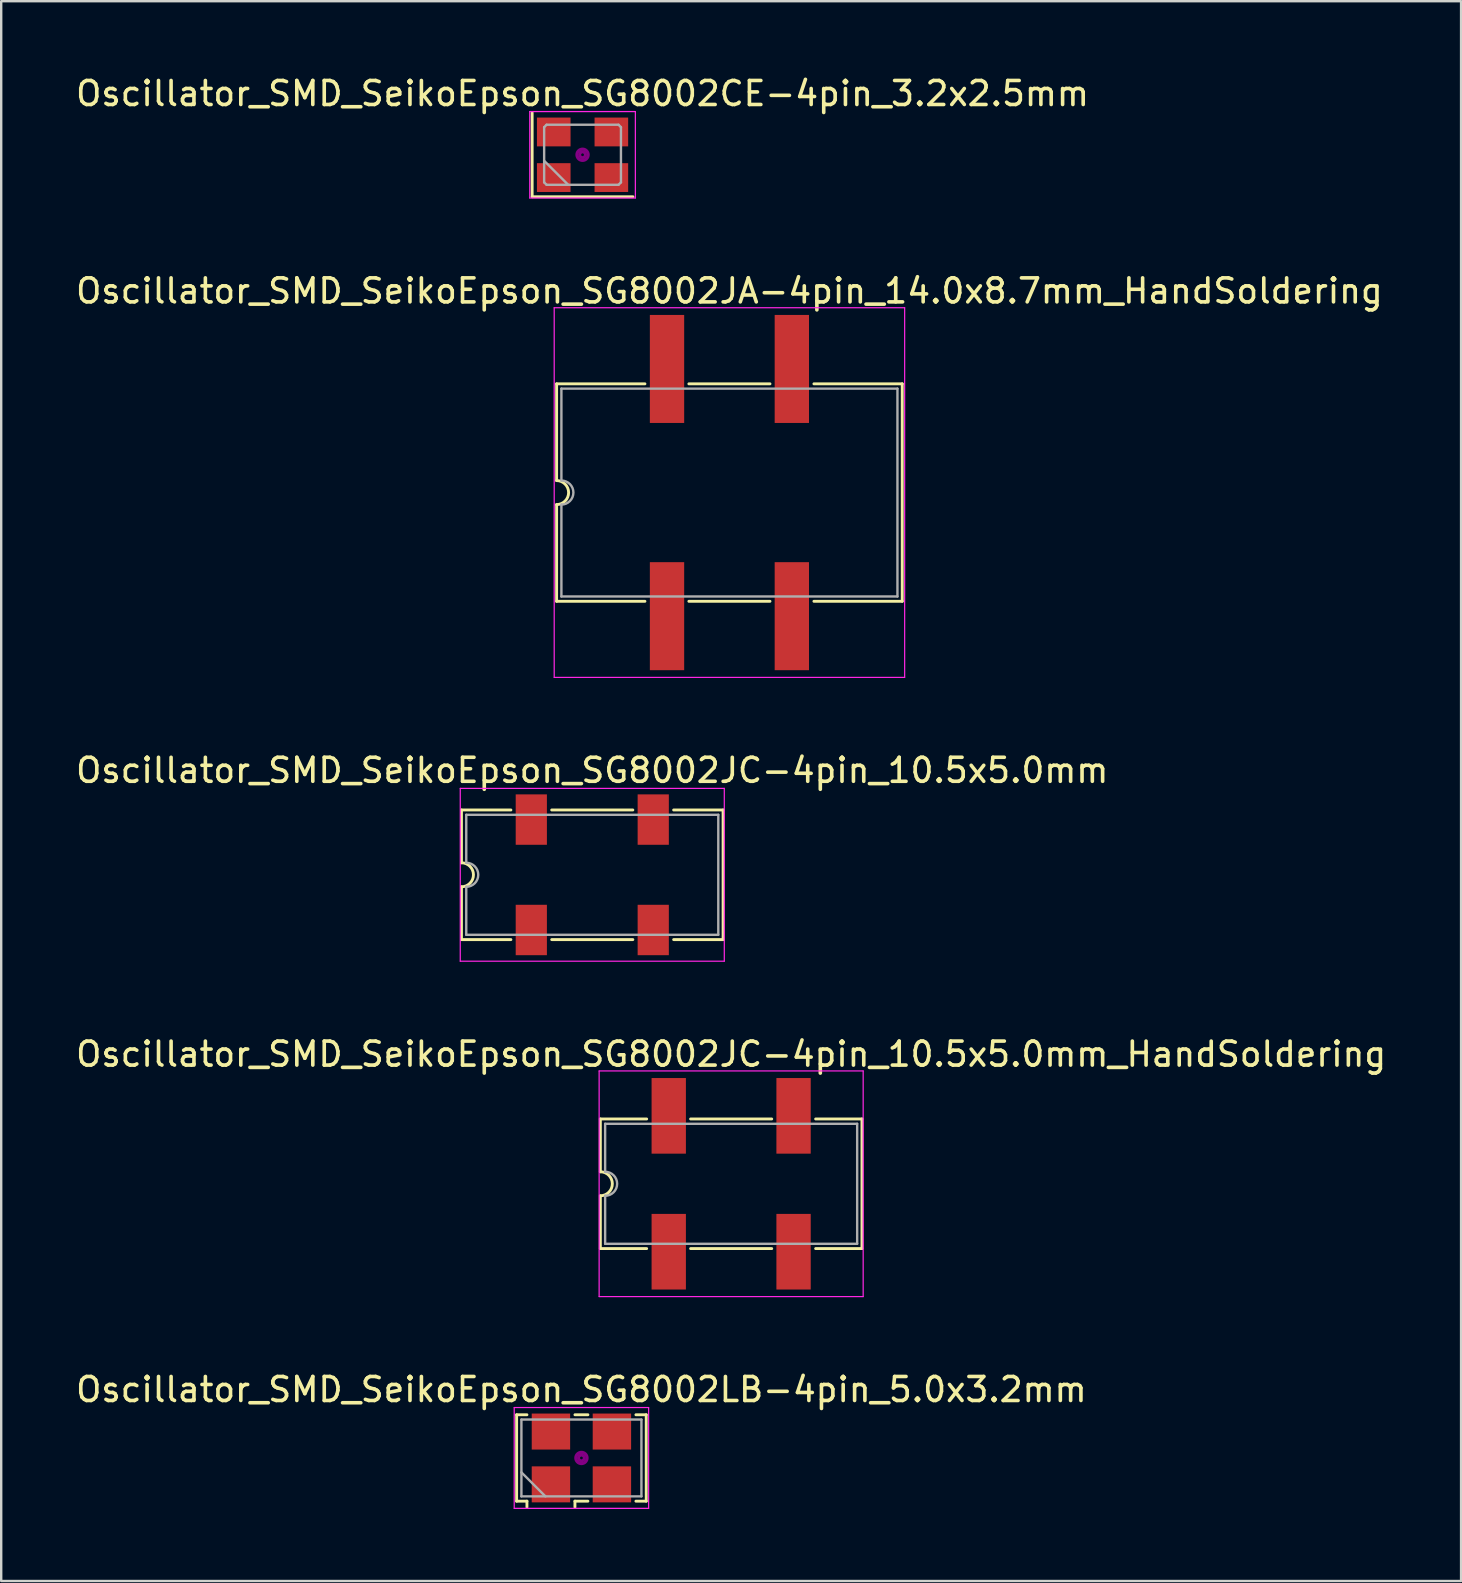
<source format=kicad_pcb>
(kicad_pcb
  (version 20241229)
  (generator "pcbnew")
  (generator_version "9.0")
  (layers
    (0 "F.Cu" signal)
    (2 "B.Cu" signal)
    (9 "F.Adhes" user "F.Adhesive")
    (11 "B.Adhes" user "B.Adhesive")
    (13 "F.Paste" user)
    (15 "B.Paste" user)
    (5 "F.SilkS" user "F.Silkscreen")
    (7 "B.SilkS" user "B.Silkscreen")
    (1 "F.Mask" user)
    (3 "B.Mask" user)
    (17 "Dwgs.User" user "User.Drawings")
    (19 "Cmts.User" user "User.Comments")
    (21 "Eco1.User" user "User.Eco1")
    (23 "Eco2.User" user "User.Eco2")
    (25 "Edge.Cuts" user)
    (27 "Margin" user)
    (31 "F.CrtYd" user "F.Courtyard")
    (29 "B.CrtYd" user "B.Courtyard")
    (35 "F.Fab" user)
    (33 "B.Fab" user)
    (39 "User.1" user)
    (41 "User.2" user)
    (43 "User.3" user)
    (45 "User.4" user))
  (footprint "Oscillator_SMD_SeikoEpson_SG8002JA-4pin_14.0x8.7mm_HandSoldering"
    (layer "F.Cu")
    (at 27.339 17.471)
    (property "Reference" "Oscillator_SMD_SeikoEpson_SG8002JA-4pin_14.0x8.7mm_HandSoldering" (at 0 -8.4 0) (layer "F.SilkS") (effects (font (size 1 1) (thickness 0.15))))
    (attr smd)
    (fp_line (start -7.2 -4.53) (end -3.52 -4.53) (stroke (width 0.12) (type solid)) (layer "F.SilkS"))
    (fp_line (start -7.2 -0.5) (end -7.2 -4.53) (stroke (width 0.12) (type solid)) (layer "F.SilkS"))
    (fp_line (start -7.2 4.53) (end -7.2 0.5) (stroke (width 0.12) (type solid)) (layer "F.SilkS"))
    (fp_line (start -7.2 4.53) (end -3.52 4.53) (stroke (width 0.12) (type solid)) (layer "F.SilkS"))
    (fp_line (start -1.69 -4.53) (end 1.69 -4.53) (stroke (width 0.12) (type solid)) (layer "F.SilkS"))
    (fp_line (start 1.69 4.53) (end -1.69 4.53) (stroke (width 0.12) (type solid)) (layer "F.SilkS"))
    (fp_line (start 3.52 -4.53) (end 7.2 -4.53) (stroke (width 0.12) (type solid)) (layer "F.SilkS"))
    (fp_line (start 7.2 -4.53) (end 7.2 4.53) (stroke (width 0.12) (type solid)) (layer "F.SilkS"))
    (fp_line (start 7.2 4.53) (end 3.52 4.53) (stroke (width 0.12) (type solid)) (layer "F.SilkS"))
    (fp_arc (start -7.2 -0.5) (mid -6.7 0) (end -7.2 0.5) (stroke (width 0.12) (type solid)) (layer "F.SilkS"))
    (fp_line (start -7.3 -7.7) (end -7.3 7.7) (stroke (width 0.05) (type solid)) (layer "F.CrtYd"))
    (fp_line (start -7.3 7.7) (end 7.3 7.7) (stroke (width 0.05) (type solid)) (layer "F.CrtYd"))
    (fp_line (start 7.3 -7.7) (end -7.3 -7.7) (stroke (width 0.05) (type solid)) (layer "F.CrtYd"))
    (fp_line (start 7.3 7.7) (end 7.3 -7.7) (stroke (width 0.05) (type solid)) (layer "F.CrtYd"))
    (fp_line (start -7 -4.33) (end 7 -4.33) (stroke (width 0.1) (type solid)) (layer "F.Fab"))
    (fp_line (start -7 -0.5) (end -7 -4.33) (stroke (width 0.1) (type solid)) (layer "F.Fab"))
    (fp_line (start -7 4.33) (end -7 0.5) (stroke (width 0.1) (type solid)) (layer "F.Fab"))
    (fp_line (start 7 -4.33) (end 7 4.33) (stroke (width 0.1) (type solid)) (layer "F.Fab"))
    (fp_line (start 7 4.33) (end -7 4.33) (stroke (width 0.1) (type solid)) (layer "F.Fab"))
    (fp_arc (start -7 -0.5) (mid -6.5 0) (end -7 0.5) (stroke (width 0.1) (type solid)) (layer "F.Fab"))
    (pad "1" smd rect (at -2.6 5.15) (size 1.43 4.5) (layers "F.Cu" "F.Mask"))
    (pad "2" smd rect (at 2.6 5.15) (size 1.43 4.5) (layers "F.Cu" "F.Mask"))
    (pad "3" smd rect (at 2.6 -5.15) (size 1.43 4.5) (layers "F.Cu" "F.Mask"))
    (pad "4" smd rect (at -2.6 -5.15) (size 1.43 4.5) (layers "F.Cu" "F.Mask")))
  (footprint "Oscillator_SMD_SeikoEpson_SG8002CE-4pin_3.2x2.5mm"
    (layer "F.Cu")
    (at 21.22 3.398)
    (property "Reference" "Oscillator_SMD_SeikoEpson_SG8002CE-4pin_3.2x2.5mm" (at 0 -2.55 0) (layer "F.SilkS") (effects (font (size 1 1) (thickness 0.15))))
    (attr smd)
    (fp_line (start -2.1 -1.75) (end -2.1 1.75) (stroke (width 0.12) (type solid)) (layer "F.SilkS"))
    (fp_line (start -2.1 1.75) (end 2.1 1.75) (stroke (width 0.12) (type solid)) (layer "F.SilkS"))
    (fp_circle (center 0 0) (end 0.058 0) (stroke (width 0.117) (type solid)) (fill no) (layer "F.Adhes"))
    (fp_circle (center 0 0) (end 0.133 0) (stroke (width 0.083) (type solid)) (fill no) (layer "F.Adhes"))
    (fp_circle (center 0 0) (end 0.208 0) (stroke (width 0.083) (type solid)) (fill no) (layer "F.Adhes"))
    (fp_circle (center 0 0) (end 0.25 0) (stroke (width 0.1) (type solid)) (fill no) (layer "F.Adhes"))
    (fp_line (start -2.2 -1.8) (end -2.2 1.8) (stroke (width 0.05) (type solid)) (layer "F.CrtYd"))
    (fp_line (start -2.2 1.8) (end 2.2 1.8) (stroke (width 0.05) (type solid)) (layer "F.CrtYd"))
    (fp_line (start 2.2 -1.8) (end -2.2 -1.8) (stroke (width 0.05) (type solid)) (layer "F.CrtYd"))
    (fp_line (start 2.2 1.8) (end 2.2 -1.8) (stroke (width 0.05) (type solid)) (layer "F.CrtYd"))
    (fp_line (start -1.6 -1.15) (end -1.5 -1.25) (stroke (width 0.1) (type solid)) (layer "F.Fab"))
    (fp_line (start -1.6 0.25) (end -0.6 1.25) (stroke (width 0.1) (type solid)) (layer "F.Fab"))
    (fp_line (start -1.6 1.15) (end -1.6 -1.15) (stroke (width 0.1) (type solid)) (layer "F.Fab"))
    (fp_line (start -1.5 -1.25) (end 1.5 -1.25) (stroke (width 0.1) (type solid)) (layer "F.Fab"))
    (fp_line (start -1.5 1.25) (end -1.6 1.15) (stroke (width 0.1) (type solid)) (layer "F.Fab"))
    (fp_line (start 1.5 -1.25) (end 1.6 -1.15) (stroke (width 0.1) (type solid)) (layer "F.Fab"))
    (fp_line (start 1.5 1.25) (end -1.5 1.25) (stroke (width 0.1) (type solid)) (layer "F.Fab"))
    (fp_line (start 1.6 -1.15) (end 1.6 1.15) (stroke (width 0.1) (type solid)) (layer "F.Fab"))
    (fp_line (start 1.6 1.15) (end 1.5 1.25) (stroke (width 0.1) (type solid)) (layer "F.Fab"))
    (pad "1" smd rect (at -1.2 0.95) (size 1.4 1.2) (layers "F.Cu" "F.Mask"))
    (pad "2" smd rect (at 1.2 0.95) (size 1.4 1.2) (layers "F.Cu" "F.Mask"))
    (pad "3" smd rect (at 1.2 -0.95) (size 1.4 1.2) (layers "F.Cu" "F.Mask"))
    (pad "4" smd rect (at -1.2 -0.95) (size 1.4 1.2) (layers "F.Cu" "F.Mask")))
  (footprint "Oscillator_SMD_SeikoEpson_SG8002LB-4pin_5.0x3.2mm"
    (layer "F.Cu")
    (at 21.173 57.691)
    (property "Reference" "Oscillator_SMD_SeikoEpson_SG8002LB-4pin_5.0x3.2mm" (at 0 -2.85 0) (layer "F.SilkS") (effects (font (size 1 1) (thickness 0.15))))
    (attr smd)
    (fp_line (start -2.7 -1.8) (end -2.27 -1.8) (stroke (width 0.12) (type solid)) (layer "F.SilkS"))
    (fp_line (start -2.7 1.8) (end -2.7 -1.8) (stroke (width 0.12) (type solid)) (layer "F.SilkS"))
    (fp_line (start -2.27 1.8) (end -2.7 1.8) (stroke (width 0.12) (type solid)) (layer "F.SilkS"))
    (fp_line (start -2.27 2.05) (end -2.27 1.8) (stroke (width 0.12) (type solid)) (layer "F.SilkS"))
    (fp_line (start -0.27 -1.8) (end 0.27 -1.8) (stroke (width 0.12) (type solid)) (layer "F.SilkS"))
    (fp_line (start -0.27 1.8) (end -0.27 2.05) (stroke (width 0.12) (type solid)) (layer "F.SilkS"))
    (fp_line (start 0.27 1.8) (end -0.27 1.8) (stroke (width 0.12) (type solid)) (layer "F.SilkS"))
    (fp_line (start 2.27 -1.8) (end 2.7 -1.8) (stroke (width 0.12) (type solid)) (layer "F.SilkS"))
    (fp_line (start 2.7 -1.8) (end 2.7 1.8) (stroke (width 0.12) (type solid)) (layer "F.SilkS"))
    (fp_line (start 2.7 1.8) (end 2.27 1.8) (stroke (width 0.12) (type solid)) (layer "F.SilkS"))
    (fp_circle (center 0 0) (end 0.058 0) (stroke (width 0.117) (type solid)) (fill no) (layer "F.Adhes"))
    (fp_circle (center 0 0) (end 0.133 0) (stroke (width 0.083) (type solid)) (fill no) (layer "F.Adhes"))
    (fp_circle (center 0 0) (end 0.208 0) (stroke (width 0.083) (type solid)) (fill no) (layer "F.Adhes"))
    (fp_circle (center 0 0) (end 0.25 0) (stroke (width 0.1) (type solid)) (fill no) (layer "F.Adhes"))
    (fp_line (start -2.8 -2.1) (end -2.8 2.1) (stroke (width 0.05) (type solid)) (layer "F.CrtYd"))
    (fp_line (start -2.8 2.1) (end 2.8 2.1) (stroke (width 0.05) (type solid)) (layer "F.CrtYd"))
    (fp_line (start 2.8 -2.1) (end -2.8 -2.1) (stroke (width 0.05) (type solid)) (layer "F.CrtYd"))
    (fp_line (start 2.8 2.1) (end 2.8 -2.1) (stroke (width 0.05) (type solid)) (layer "F.CrtYd"))
    (fp_line (start -2.5 -1.6) (end -2.5 1.6) (stroke (width 0.1) (type solid)) (layer "F.Fab"))
    (fp_line (start -2.5 0.6) (end -1.5 1.6) (stroke (width 0.1) (type solid)) (layer "F.Fab"))
    (fp_line (start -2.5 1.6) (end 2.5 1.6) (stroke (width 0.1) (type solid)) (layer "F.Fab"))
    (fp_line (start 2.5 -1.6) (end -2.5 -1.6) (stroke (width 0.1) (type solid)) (layer "F.Fab"))
    (fp_line (start 2.5 1.6) (end 2.5 -1.6) (stroke (width 0.1) (type solid)) (layer "F.Fab"))
    (pad "1" smd rect (at -1.27 1.1) (size 1.6 1.5) (layers "F.Cu" "F.Mask"))
    (pad "2" smd rect (at 1.27 1.1) (size 1.6 1.5) (layers "F.Cu" "F.Mask"))
    (pad "3" smd rect (at 1.27 -1.1) (size 1.6 1.5) (layers "F.Cu" "F.Mask"))
    (pad "4" smd rect (at -1.27 -1.1) (size 1.6 1.5) (layers "F.Cu" "F.Mask")))
  (footprint "Oscillator_SMD_SeikoEpson_SG8002JC-4pin_10.5x5.0mm"
    (layer "F.Cu")
    (at 21.625 33.395)
    (property "Reference" "Oscillator_SMD_SeikoEpson_SG8002JC-4pin_10.5x5.0mm" (at 0 -4.35 0) (layer "F.SilkS") (effects (font (size 1 1) (thickness 0.15))))
    (attr smd)
    (fp_line (start -5.45 -2.7) (end -3.39 -2.7) (stroke (width 0.12) (type solid)) (layer "F.SilkS"))
    (fp_line (start -5.45 -0.5) (end -5.45 -2.7) (stroke (width 0.12) (type solid)) (layer "F.SilkS"))
    (fp_line (start -5.45 2.7) (end -5.45 0.5) (stroke (width 0.12) (type solid)) (layer "F.SilkS"))
    (fp_line (start -5.45 2.7) (end -3.39 2.7) (stroke (width 0.12) (type solid)) (layer "F.SilkS"))
    (fp_line (start -1.69 -2.7) (end 1.69 -2.7) (stroke (width 0.12) (type solid)) (layer "F.SilkS"))
    (fp_line (start 1.69 2.7) (end -1.69 2.7) (stroke (width 0.12) (type solid)) (layer "F.SilkS"))
    (fp_line (start 3.39 -2.7) (end 5.45 -2.7) (stroke (width 0.12) (type solid)) (layer "F.SilkS"))
    (fp_line (start 5.45 -2.7) (end 5.45 2.7) (stroke (width 0.12) (type solid)) (layer "F.SilkS"))
    (fp_line (start 5.45 2.7) (end 3.39 2.7) (stroke (width 0.12) (type solid)) (layer "F.SilkS"))
    (fp_arc (start -5.45 -0.5) (mid -4.95 0) (end -5.45 0.5) (stroke (width 0.12) (type solid)) (layer "F.SilkS"))
    (fp_line (start -5.5 -3.6) (end -5.5 3.6) (stroke (width 0.05) (type solid)) (layer "F.CrtYd"))
    (fp_line (start -5.5 3.6) (end 5.5 3.6) (stroke (width 0.05) (type solid)) (layer "F.CrtYd"))
    (fp_line (start 5.5 -3.6) (end -5.5 -3.6) (stroke (width 0.05) (type solid)) (layer "F.CrtYd"))
    (fp_line (start 5.5 3.6) (end 5.5 -3.6) (stroke (width 0.05) (type solid)) (layer "F.CrtYd"))
    (fp_line (start -5.25 -2.5) (end 5.25 -2.5) (stroke (width 0.1) (type solid)) (layer "F.Fab"))
    (fp_line (start -5.25 -0.5) (end -5.25 -2.5) (stroke (width 0.1) (type solid)) (layer "F.Fab"))
    (fp_line (start -5.25 2.5) (end -5.25 0.5) (stroke (width 0.1) (type solid)) (layer "F.Fab"))
    (fp_line (start 5.25 -2.5) (end 5.25 2.5) (stroke (width 0.1) (type solid)) (layer "F.Fab"))
    (fp_line (start 5.25 2.5) (end -5.25 2.5) (stroke (width 0.1) (type solid)) (layer "F.Fab"))
    (fp_arc (start -5.25 -0.5) (mid -4.75 0) (end -5.25 0.5) (stroke (width 0.1) (type solid)) (layer "F.Fab"))
    (pad "1" smd rect (at -2.54 2.3) (size 1.3 2.1) (layers "F.Cu" "F.Mask"))
    (pad "2" smd rect (at 2.54 2.3) (size 1.3 2.1) (layers "F.Cu" "F.Mask"))
    (pad "3" smd rect (at 2.54 -2.3) (size 1.3 2.1) (layers "F.Cu" "F.Mask"))
    (pad "4" smd rect (at -2.54 -2.3) (size 1.3 2.1) (layers "F.Cu" "F.Mask")))
  (footprint "Oscillator_SMD_SeikoEpson_SG8002JC-4pin_10.5x5.0mm_HandSoldering"
    (layer "F.Cu")
    (at 27.411 46.268)
    (property "Reference" "Oscillator_SMD_SeikoEpson_SG8002JC-4pin_10.5x5.0mm_HandSoldering" (at 0 -5.4 0) (layer "F.SilkS") (effects (font (size 1 1) (thickness 0.15))))
    (attr smd)
    (fp_line (start -5.45 -2.7) (end -3.52 -2.7) (stroke (width 0.12) (type solid)) (layer "F.SilkS"))
    (fp_line (start -5.45 -0.5) (end -5.45 -2.7) (stroke (width 0.12) (type solid)) (layer "F.SilkS"))
    (fp_line (start -5.45 2.7) (end -5.45 0.5) (stroke (width 0.12) (type solid)) (layer "F.SilkS"))
    (fp_line (start -5.45 2.7) (end -3.52 2.7) (stroke (width 0.12) (type solid)) (layer "F.SilkS"))
    (fp_line (start -1.69 -2.7) (end 1.69 -2.7) (stroke (width 0.12) (type solid)) (layer "F.SilkS"))
    (fp_line (start 1.69 2.7) (end -1.69 2.7) (stroke (width 0.12) (type solid)) (layer "F.SilkS"))
    (fp_line (start 3.52 -2.7) (end 5.45 -2.7) (stroke (width 0.12) (type solid)) (layer "F.SilkS"))
    (fp_line (start 5.45 -2.7) (end 5.45 2.7) (stroke (width 0.12) (type solid)) (layer "F.SilkS"))
    (fp_line (start 5.45 2.7) (end 3.52 2.7) (stroke (width 0.12) (type solid)) (layer "F.SilkS"))
    (fp_arc (start -5.45 -0.5) (mid -4.95 0) (end -5.45 0.5) (stroke (width 0.12) (type solid)) (layer "F.SilkS"))
    (fp_line (start -5.5 -4.7) (end -5.5 4.7) (stroke (width 0.05) (type solid)) (layer "F.CrtYd"))
    (fp_line (start -5.5 4.7) (end 5.5 4.7) (stroke (width 0.05) (type solid)) (layer "F.CrtYd"))
    (fp_line (start 5.5 -4.7) (end -5.5 -4.7) (stroke (width 0.05) (type solid)) (layer "F.CrtYd"))
    (fp_line (start 5.5 4.7) (end 5.5 -4.7) (stroke (width 0.05) (type solid)) (layer "F.CrtYd"))
    (fp_line (start -5.25 -2.5) (end 5.25 -2.5) (stroke (width 0.1) (type solid)) (layer "F.Fab"))
    (fp_line (start -5.25 -0.5) (end -5.25 -2.5) (stroke (width 0.1) (type solid)) (layer "F.Fab"))
    (fp_line (start -5.25 2.5) (end -5.25 0.5) (stroke (width 0.1) (type solid)) (layer "F.Fab"))
    (fp_line (start 5.25 -2.5) (end 5.25 2.5) (stroke (width 0.1) (type solid)) (layer "F.Fab"))
    (fp_line (start 5.25 2.5) (end -5.25 2.5) (stroke (width 0.1) (type solid)) (layer "F.Fab"))
    (fp_arc (start -5.25 -0.5) (mid -4.75 0) (end -5.25 0.5) (stroke (width 0.1) (type solid)) (layer "F.Fab"))
    (pad "1" smd rect (at -2.6 2.83) (size 1.43 3.15) (layers "F.Cu" "F.Mask"))
    (pad "2" smd rect (at 2.6 2.83) (size 1.43 3.15) (layers "F.Cu" "F.Mask"))
    (pad "3" smd rect (at 2.6 -2.83) (size 1.43 3.15) (layers "F.Cu" "F.Mask"))
    (pad "4" smd rect (at -2.6 -2.83) (size 1.43 3.15) (layers "F.Cu" "F.Mask")))
  (gr_rect
    (start -3 -3)
    (end 57.821 62.816)
    (stroke (width 0.1) (type default))
    (fill no)
    (layer "Edge.Cuts")))
</source>
